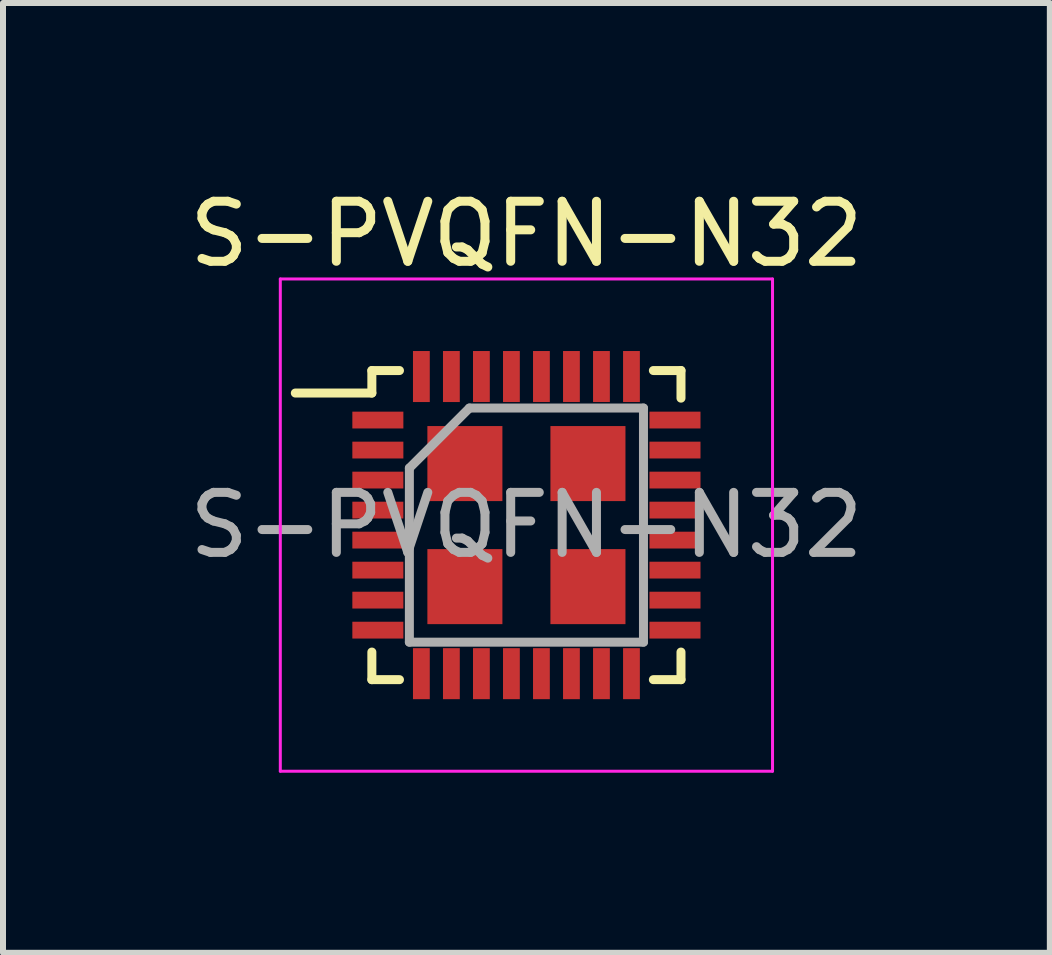
<source format=kicad_pcb>
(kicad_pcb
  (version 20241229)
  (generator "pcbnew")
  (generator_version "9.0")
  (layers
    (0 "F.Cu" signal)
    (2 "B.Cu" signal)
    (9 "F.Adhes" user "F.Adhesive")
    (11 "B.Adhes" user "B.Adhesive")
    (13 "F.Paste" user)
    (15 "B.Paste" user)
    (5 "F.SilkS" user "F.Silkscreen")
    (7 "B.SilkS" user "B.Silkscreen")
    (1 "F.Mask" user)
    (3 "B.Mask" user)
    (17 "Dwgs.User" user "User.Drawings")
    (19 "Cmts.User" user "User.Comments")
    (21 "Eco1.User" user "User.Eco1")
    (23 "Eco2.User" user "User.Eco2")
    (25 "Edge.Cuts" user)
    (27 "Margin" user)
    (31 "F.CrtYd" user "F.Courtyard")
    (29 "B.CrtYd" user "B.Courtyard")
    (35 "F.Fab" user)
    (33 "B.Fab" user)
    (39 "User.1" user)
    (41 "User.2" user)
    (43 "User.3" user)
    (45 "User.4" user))
  (footprint "S-PVQFN-N32"
    (layer "F.Cu")
    (at 5.72 5.698)
    (property "Reference" "S-PVQFN-N32" (at 0 -4.85 0) (layer "F.SilkS") (effects (font (size 1 1) (thickness 0.15))))
    (attr smd)
    (fp_line (start -2.575 -2.575) (end -2.575 -2.2) (stroke (width 0.15) (type solid)) (layer "F.SilkS"))
    (fp_line (start -2.575 -2.575) (end -2.115 -2.575) (stroke (width 0.15) (type solid)) (layer "F.SilkS"))
    (fp_line (start -2.575 -2.2) (end -3.85 -2.2) (stroke (width 0.15) (type solid)) (layer "F.SilkS"))
    (fp_line (start -2.575 2.575) (end -2.575 2.115) (stroke (width 0.15) (type solid)) (layer "F.SilkS"))
    (fp_line (start -2.575 2.575) (end -2.115 2.575) (stroke (width 0.15) (type solid)) (layer "F.SilkS"))
    (fp_line (start 2.575 -2.575) (end 2.115 -2.575) (stroke (width 0.15) (type solid)) (layer "F.SilkS"))
    (fp_line (start 2.575 -2.575) (end 2.575 -2.115) (stroke (width 0.15) (type solid)) (layer "F.SilkS"))
    (fp_line (start 2.575 2.575) (end 2.115 2.575) (stroke (width 0.15) (type solid)) (layer "F.SilkS"))
    (fp_line (start 2.575 2.575) (end 2.575 2.115) (stroke (width 0.15) (type solid)) (layer "F.SilkS"))
    (fp_line (start -4.1 -4.1) (end -4.1 4.1) (stroke (width 0.05) (type solid)) (layer "F.CrtYd"))
    (fp_line (start -4.1 -4.1) (end 4.1 -4.1) (stroke (width 0.05) (type solid)) (layer "F.CrtYd"))
    (fp_line (start -4.1 4.1) (end 4.1 4.1) (stroke (width 0.05) (type solid)) (layer "F.CrtYd"))
    (fp_line (start 4.1 -4.1) (end 4.1 4.1) (stroke (width 0.05) (type solid)) (layer "F.CrtYd"))
    (fp_line (start -1.95 -0.95) (end -0.95 -1.95) (stroke (width 0.15) (type solid)) (layer "F.Fab"))
    (fp_line (start -1.95 1.95) (end -1.95 -0.95) (stroke (width 0.15) (type solid)) (layer "F.Fab"))
    (fp_line (start -0.95 -1.95) (end 1.95 -1.95) (stroke (width 0.15) (type solid)) (layer "F.Fab"))
    (fp_line (start 1.95 -1.95) (end 1.95 1.95) (stroke (width 0.15) (type solid)) (layer "F.Fab"))
    (fp_line (start 1.95 1.95) (end -1.95 1.95) (stroke (width 0.15) (type solid)) (layer "F.Fab"))
    (fp_text user "${REFERENCE}" (at 0 0 0) (layer "F.Fab") (effects (font (size 1 1) (thickness 0.15))))
    (pad "" smd rect (at -1.025 -1.025) (size 1.25 1.25) (layers "F.Cu" "F.Mask" "F.Paste"))
    (pad "" smd rect (at -1.025 1.025) (size 1.25 1.25) (layers "F.Cu" "F.Mask" "F.Paste"))
    (pad "" smd rect (at 1.025 -1.025) (size 1.25 1.25) (layers "F.Cu" "F.Mask" "F.Paste"))
    (pad "" smd rect (at 1.025 1.025) (size 1.25 1.25) (layers "F.Cu" "F.Mask" "F.Paste"))
    (pad "1" smd rect (at -2.475 -1.75) (size 0.85 0.28) (layers "F.Cu" "F.Mask" "F.Paste"))
    (pad "2" smd rect (at -2.475 -1.25) (size 0.85 0.28) (layers "F.Cu" "F.Mask" "F.Paste"))
    (pad "3" smd rect (at -2.475 -0.75) (size 0.85 0.28) (layers "F.Cu" "F.Mask" "F.Paste"))
    (pad "4" smd rect (at -2.475 -0.25) (size 0.85 0.28) (layers "F.Cu" "F.Mask" "F.Paste"))
    (pad "5" smd rect (at -2.475 0.25) (size 0.85 0.28) (layers "F.Cu" "F.Mask" "F.Paste"))
    (pad "6" smd rect (at -2.475 0.75) (size 0.85 0.28) (layers "F.Cu" "F.Mask" "F.Paste"))
    (pad "7" smd rect (at -2.475 1.25) (size 0.85 0.28) (layers "F.Cu" "F.Mask" "F.Paste"))
    (pad "8" smd rect (at -2.475 1.75) (size 0.85 0.28) (layers "F.Cu" "F.Mask" "F.Paste"))
    (pad "9" smd rect (at -1.75 2.475 90) (size 0.85 0.28) (layers "F.Cu" "F.Mask" "F.Paste"))
    (pad "10" smd rect (at -1.25 2.475 90) (size 0.85 0.28) (layers "F.Cu" "F.Mask" "F.Paste"))
    (pad "11" smd rect (at -0.75 2.475 90) (size 0.85 0.28) (layers "F.Cu" "F.Mask" "F.Paste"))
    (pad "12" smd rect (at -0.25 2.475 90) (size 0.85 0.28) (layers "F.Cu" "F.Mask" "F.Paste"))
    (pad "13" smd rect (at 0.25 2.475 90) (size 0.85 0.28) (layers "F.Cu" "F.Mask" "F.Paste"))
    (pad "14" smd rect (at 0.75 2.475 90) (size 0.85 0.28) (layers "F.Cu" "F.Mask" "F.Paste"))
    (pad "15" smd rect (at 1.25 2.475 90) (size 0.85 0.28) (layers "F.Cu" "F.Mask" "F.Paste"))
    (pad "16" smd rect (at 1.75 2.475 90) (size 0.85 0.28) (layers "F.Cu" "F.Mask" "F.Paste"))
    (pad "17" smd rect (at 2.475 1.75) (size 0.85 0.28) (layers "F.Cu" "F.Mask" "F.Paste"))
    (pad "18" smd rect (at 2.475 1.25) (size 0.85 0.28) (layers "F.Cu" "F.Mask" "F.Paste"))
    (pad "19" smd rect (at 2.475 0.75) (size 0.85 0.28) (layers "F.Cu" "F.Mask" "F.Paste"))
    (pad "20" smd rect (at 2.475 0.25) (size 0.85 0.28) (layers "F.Cu" "F.Mask" "F.Paste"))
    (pad "21" smd rect (at 2.475 -0.25) (size 0.85 0.28) (layers "F.Cu" "F.Mask" "F.Paste"))
    (pad "22" smd rect (at 2.475 -0.75) (size 0.85 0.28) (layers "F.Cu" "F.Mask" "F.Paste"))
    (pad "23" smd rect (at 2.475 -1.25) (size 0.85 0.28) (layers "F.Cu" "F.Mask" "F.Paste"))
    (pad "24" smd rect (at 2.475 -1.75) (size 0.85 0.28) (layers "F.Cu" "F.Mask" "F.Paste"))
    (pad "25" smd rect (at 1.75 -2.475 90) (size 0.85 0.28) (layers "F.Cu" "F.Mask" "F.Paste"))
    (pad "26" smd rect (at 1.25 -2.475 90) (size 0.85 0.28) (layers "F.Cu" "F.Mask" "F.Paste"))
    (pad "27" smd rect (at 0.75 -2.475 90) (size 0.85 0.28) (layers "F.Cu" "F.Mask" "F.Paste"))
    (pad "28" smd rect (at 0.25 -2.475 90) (size 0.85 0.28) (layers "F.Cu" "F.Mask" "F.Paste"))
    (pad "29" smd rect (at -0.25 -2.475 90) (size 0.85 0.28) (layers "F.Cu" "F.Mask" "F.Paste"))
    (pad "30" smd rect (at -0.75 -2.475 90) (size 0.85 0.28) (layers "F.Cu" "F.Mask" "F.Paste"))
    (pad "31" smd rect (at -1.25 -2.475 90) (size 0.85 0.28) (layers "F.Cu" "F.Mask" "F.Paste"))
    (pad "32" smd rect (at -1.75 -2.475 90) (size 0.85 0.28) (layers "F.Cu" "F.Mask" "F.Paste")))
  (gr_rect
    (start -3 -3)
    (end 14.44 12.823)
    (stroke (width 0.1) (type default))
    (fill no)
    (layer "Edge.Cuts")))
</source>
